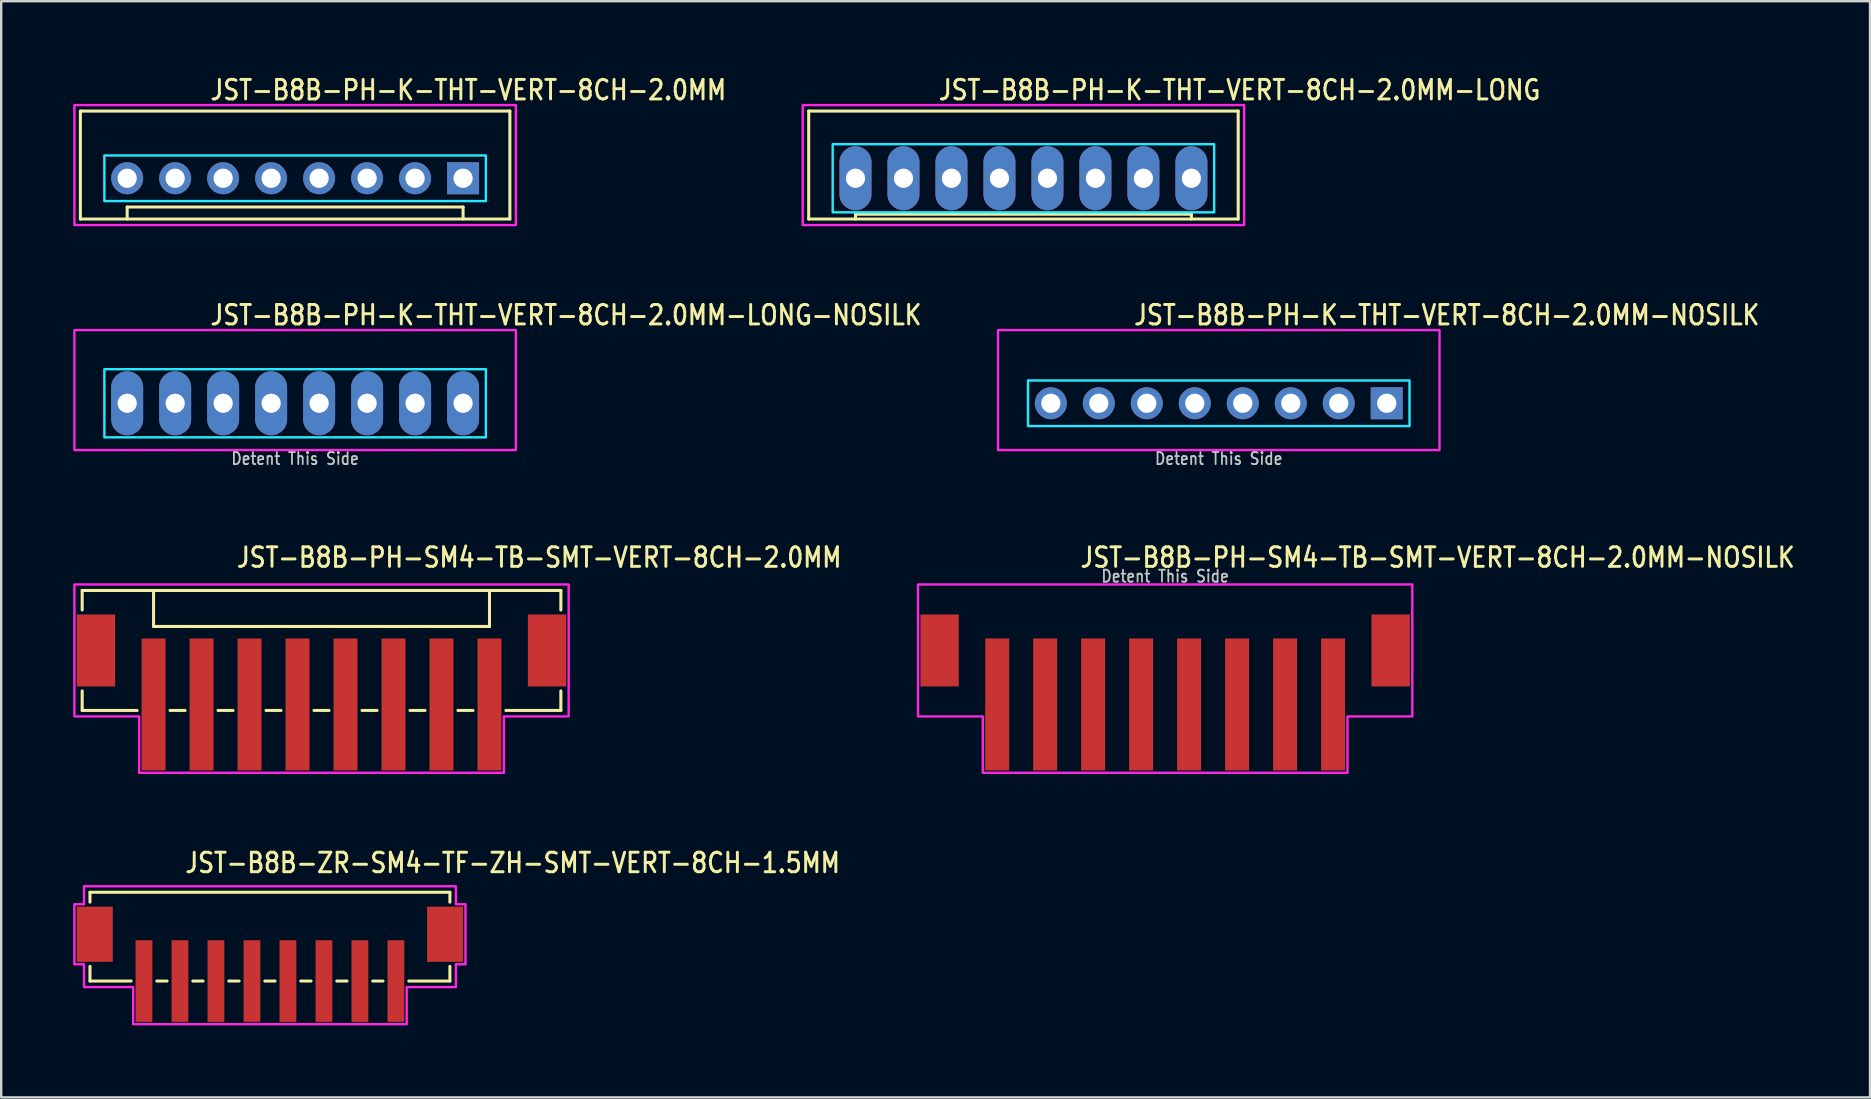
<source format=kicad_pcb>
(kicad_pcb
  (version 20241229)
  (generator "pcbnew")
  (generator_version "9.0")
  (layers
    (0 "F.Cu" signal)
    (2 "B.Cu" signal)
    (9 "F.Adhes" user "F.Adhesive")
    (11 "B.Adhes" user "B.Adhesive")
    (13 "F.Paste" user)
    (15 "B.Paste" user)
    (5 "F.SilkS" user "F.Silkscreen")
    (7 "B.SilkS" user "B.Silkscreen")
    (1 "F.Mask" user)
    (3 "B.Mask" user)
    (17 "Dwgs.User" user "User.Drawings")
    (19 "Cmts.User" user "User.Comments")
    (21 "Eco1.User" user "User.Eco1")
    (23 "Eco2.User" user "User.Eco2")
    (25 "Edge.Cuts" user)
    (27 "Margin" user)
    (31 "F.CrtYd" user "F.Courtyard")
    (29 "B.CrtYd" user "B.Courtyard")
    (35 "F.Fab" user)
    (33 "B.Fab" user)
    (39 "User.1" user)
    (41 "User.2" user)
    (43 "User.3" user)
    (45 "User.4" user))
  (footprint "JST-B8B-ZR-SM4-TF-ZH-SMT-VERT-8CH-1.5MM"
    (layer "F.Cu")
    (at 8.2 35.887)
    (property "Reference" "JST-B8B-ZR-SM4-TF-ZH-SMT-VERT-8CH-1.5MM" (at -3.6 -2.5 0) (unlocked yes) (layer "F.SilkS") (effects (font (size 0.813 0.695) (thickness 0.122)) (justify left bottom)))
    (fp_line (start -7.5 -1.75) (end -7.5 -1.337) (stroke (width 0.127) (type solid)) (layer "F.SilkS"))
    (fp_line (start -7.5 -1.75) (end 7.5 -1.75) (stroke (width 0.127) (type solid)) (layer "F.SilkS"))
    (fp_line (start -7.5 1.95) (end -7.5 1.337) (stroke (width 0.127) (type solid)) (layer "F.SilkS"))
    (fp_line (start -7.5 1.95) (end -5.787 1.95) (stroke (width 0.127) (type solid)) (layer "F.SilkS"))
    (fp_line (start -4.713 1.95) (end -4.287 1.95) (stroke (width 0.127) (type solid)) (layer "F.SilkS"))
    (fp_line (start -3.213 1.95) (end -2.787 1.95) (stroke (width 0.127) (type solid)) (layer "F.SilkS"))
    (fp_line (start -1.714 1.95) (end -1.286 1.95) (stroke (width 0.127) (type solid)) (layer "F.SilkS"))
    (fp_line (start -0.213 1.95) (end 0.213 1.95) (stroke (width 0.127) (type solid)) (layer "F.SilkS"))
    (fp_line (start 1.286 1.95) (end 1.714 1.95) (stroke (width 0.127) (type solid)) (layer "F.SilkS"))
    (fp_line (start 2.787 1.95) (end 3.213 1.95) (stroke (width 0.127) (type solid)) (layer "F.SilkS"))
    (fp_line (start 4.287 1.95) (end 4.713 1.95) (stroke (width 0.127) (type solid)) (layer "F.SilkS"))
    (fp_line (start 5.787 1.95) (end 7.5 1.95) (stroke (width 0.127) (type solid)) (layer "F.SilkS"))
    (fp_line (start 7.5 -1.337) (end 7.5 -1.75) (stroke (width 0.127) (type solid)) (layer "F.SilkS"))
    (fp_line (start 7.5 1.337) (end 7.5 1.95) (stroke (width 0.127) (type solid)) (layer "F.SilkS"))
    (fp_poly (pts (xy -7.75 -2) (xy -7.75 -1.25) (xy -8.15 -1.25) (xy -8.15 1.25) (xy -7.75 1.25) (xy -7.75 2.2) (xy -5.7 2.2) (xy -5.7 3.75) (xy 5.7 3.75) (xy 5.7 2.2) (xy 7.75 2.2) (xy 7.75 1.25) (xy 8.15 1.25) (xy 8.15 -1.25) (xy 7.75 -1.25) (xy 7.75 -2)) (stroke (width 0.1) (type solid)) (fill no) (layer "F.CrtYd"))
    (pad "1" smd rect (at -5.25 1.95) (size 0.7 3.4) (layers "F.Cu" "F.Mask" "F.Paste"))
    (pad "2" smd rect (at -3.75 1.95) (size 0.7 3.4) (layers "F.Cu" "F.Mask" "F.Paste"))
    (pad "3" smd rect (at -2.25 1.95) (size 0.7 3.4) (layers "F.Cu" "F.Mask" "F.Paste"))
    (pad "4" smd rect (at -0.75 1.95) (size 0.7 3.4) (layers "F.Cu" "F.Mask" "F.Paste"))
    (pad "5" smd rect (at 0.75 1.95) (size 0.7 3.4) (layers "F.Cu" "F.Mask" "F.Paste"))
    (pad "6" smd rect (at 2.25 1.95) (size 0.7 3.4) (layers "F.Cu" "F.Mask" "F.Paste"))
    (pad "7" smd rect (at 3.75 1.95) (size 0.7 3.4) (layers "F.Cu" "F.Mask" "F.Paste"))
    (pad "8" smd rect (at 5.25 1.95) (size 0.7 3.4) (layers "F.Cu" "F.Mask" "F.Paste"))
    (pad "S_9" smd rect (at 7.3 0) (size 1.5 2.3) (layers "F.Cu" "F.Mask" "F.Paste"))
    (pad "S_10" smd rect (at -7.3 0) (size 1.5 2.3) (layers "F.Cu" "F.Mask" "F.Paste")))
  (footprint "JST-B8B-PH-K-THT-VERT-8CH-2.0MM-NOSILK"
    (layer "F.Cu")
    (at 47.745 13.757)
    (property "Reference" "JST-B8B-PH-K-THT-VERT-8CH-2.0MM-NOSILK" (at -3.6 -3.2 0) (unlocked yes) (layer "F.SilkS") (effects (font (size 0.813 0.695) (thickness 0.122)) (justify left bottom)))
    (fp_poly (pts (xy -7.95 -0.95) (xy -7.95 0.95) (xy 7.95 0.95) (xy 7.95 -0.95)) (stroke (width 0.1) (type solid)) (fill no) (layer "B.CrtYd"))
    (fp_poly (pts (xy -9.2 1.95) (xy -9.2 -3.05) (xy 9.2 -3.05) (xy 9.2 1.95)) (stroke (width 0.1) (type solid)) (fill no) (layer "F.CrtYd"))
    (fp_text user "Detent This Side" (at 0 2.6 0) (unlocked yes) (layer "Dwgs.User") (effects (font (size 0.5 0.427) (thickness 0.075)) (justify bottom)))
    (pad "P$1" thru_hole rect (at 7 0) (size 1.333 1.333) (drill 0.8) (layers "*.Cu" "*.Mask"))
    (pad "P$2" thru_hole oval (at 5 0) (size 1.333 1.333) (drill 0.8) (layers "*.Cu" "*.Mask"))
    (pad "P$3" thru_hole oval (at 3 0) (size 1.333 1.333) (drill 0.8) (layers "*.Cu" "*.Mask"))
    (pad "P$4" thru_hole oval (at 1 0) (size 1.333 1.333) (drill 0.8) (layers "*.Cu" "*.Mask"))
    (pad "P$5" thru_hole oval (at -1 0) (size 1.333 1.333) (drill 0.8) (layers "*.Cu" "*.Mask"))
    (pad "P$6" thru_hole oval (at -3 0) (size 1.333 1.333) (drill 0.8) (layers "*.Cu" "*.Mask"))
    (pad "P$7" thru_hole oval (at -5 0) (size 1.333 1.333) (drill 0.8) (layers "*.Cu" "*.Mask"))
    (pad "P$8" thru_hole oval (at -7 0) (size 1.333 1.333) (drill 0.8) (layers "*.Cu" "*.Mask")))
  (footprint "JST-B8B-PH-K-THT-VERT-8CH-2.0MM"
    (layer "F.Cu")
    (at 9.25 4.379)
    (property "Reference" "JST-B8B-PH-K-THT-VERT-8CH-2.0MM" (at -3.6 -3.2 0) (unlocked yes) (layer "F.SilkS") (effects (font (size 0.813 0.695) (thickness 0.122)) (justify left bottom)))
    (fp_line (start -8.95 -2.8) (end -8.95 1.7) (stroke (width 0.127) (type solid)) (layer "F.SilkS"))
    (fp_line (start -8.95 -2.8) (end 8.95 -2.8) (stroke (width 0.127) (type solid)) (layer "F.SilkS"))
    (fp_line (start -8.95 1.7) (end 8.95 1.7) (stroke (width 0.127) (type solid)) (layer "F.SilkS"))
    (fp_line (start -7 1.7) (end -7 1.2) (stroke (width 0.127) (type solid)) (layer "F.SilkS"))
    (fp_line (start 7 1.2) (end -7 1.2) (stroke (width 0.127) (type solid)) (layer "F.SilkS"))
    (fp_line (start 7 1.7) (end 7 1.2) (stroke (width 0.127) (type solid)) (layer "F.SilkS"))
    (fp_line (start 8.95 1.7) (end 8.95 -2.8) (stroke (width 0.127) (type solid)) (layer "F.SilkS"))
    (fp_poly (pts (xy -7.95 -0.95) (xy -7.95 0.95) (xy 7.95 0.95) (xy 7.95 -0.95)) (stroke (width 0.1) (type solid)) (fill no) (layer "B.CrtYd"))
    (fp_poly (pts (xy -9.2 1.95) (xy -9.2 -3.05) (xy 9.2 -3.05) (xy 9.2 1.95)) (stroke (width 0.1) (type solid)) (fill no) (layer "F.CrtYd"))
    (pad "P$1" thru_hole rect (at 7 0) (size 1.333 1.333) (drill 0.8) (layers "*.Cu" "*.Mask"))
    (pad "P$2" thru_hole oval (at 5 0) (size 1.333 1.333) (drill 0.8) (layers "*.Cu" "*.Mask"))
    (pad "P$3" thru_hole oval (at 3 0) (size 1.333 1.333) (drill 0.8) (layers "*.Cu" "*.Mask"))
    (pad "P$4" thru_hole oval (at 1 0) (size 1.333 1.333) (drill 0.8) (layers "*.Cu" "*.Mask"))
    (pad "P$5" thru_hole oval (at -1 0) (size 1.333 1.333) (drill 0.8) (layers "*.Cu" "*.Mask"))
    (pad "P$6" thru_hole oval (at -3 0) (size 1.333 1.333) (drill 0.8) (layers "*.Cu" "*.Mask"))
    (pad "P$7" thru_hole oval (at -5 0) (size 1.333 1.333) (drill 0.8) (layers "*.Cu" "*.Mask"))
    (pad "P$8" thru_hole oval (at -7 0) (size 1.333 1.333) (drill 0.8) (layers "*.Cu" "*.Mask")))
  (footprint "JST-B8B-PH-SM4-TB-SMT-VERT-8CH-2.0MM-NOSILK"
    (layer "F.Cu")
    (at 45.51 24.059)
    (property "Reference" "JST-B8B-PH-SM4-TB-SMT-VERT-8CH-2.0MM-NOSILK" (at -3.6 -3.4 0) (unlocked yes) (layer "F.SilkS") (effects (font (size 0.813 0.695) (thickness 0.122)) (justify left bottom)))
    (fp_poly (pts (xy -10.3 -2.75) (xy -10.3 2.75) (xy -7.6 2.75) (xy -7.6 5.1) (xy 7.6 5.1) (xy 7.6 2.75) (xy 10.3 2.75) (xy 10.3 -2.75)) (stroke (width 0.1) (type solid)) (fill no) (layer "F.CrtYd"))
    (fp_text user "Detent This Side" (at 0 -2.8 0) (unlocked yes) (layer "Dwgs.User") (effects (font (size 0.5 0.427) (thickness 0.075)) (justify bottom)))
    (pad "1" smd rect (at -7 2.25) (size 1 5.5) (layers "F.Cu" "F.Mask" "F.Paste"))
    (pad "2" smd rect (at -5 2.25) (size 1 5.5) (layers "F.Cu" "F.Mask" "F.Paste"))
    (pad "3" smd rect (at -3 2.25) (size 1 5.5) (layers "F.Cu" "F.Mask" "F.Paste"))
    (pad "4" smd rect (at -1 2.25) (size 1 5.5) (layers "F.Cu" "F.Mask" "F.Paste"))
    (pad "5" smd rect (at 1 2.25) (size 1 5.5) (layers "F.Cu" "F.Mask" "F.Paste"))
    (pad "6" smd rect (at 3 2.25) (size 1 5.5) (layers "F.Cu" "F.Mask" "F.Paste"))
    (pad "7" smd rect (at 5 2.25) (size 1 5.5) (layers "F.Cu" "F.Mask" "F.Paste"))
    (pad "8" smd rect (at 7 2.25) (size 1 5.5) (layers "F.Cu" "F.Mask" "F.Paste"))
    (pad "S_1" smd rect (at -9.4 0) (size 1.6 3) (layers "F.Cu" "F.Mask" "F.Paste"))
    (pad "S_2" smd rect (at 9.4 0) (size 1.6 3) (layers "F.Cu" "F.Mask" "F.Paste")))
  (footprint "JST-B8B-PH-K-THT-VERT-8CH-2.0MM-LONG"
    (layer "F.Cu")
    (at 39.604 4.379)
    (property "Reference" "JST-B8B-PH-K-THT-VERT-8CH-2.0MM-LONG" (at -3.6 -3.2 0) (unlocked yes) (layer "F.SilkS") (effects (font (size 0.813 0.695) (thickness 0.122)) (justify left bottom)))
    (fp_line (start -8.95 -2.8) (end -8.95 1.7) (stroke (width 0.127) (type solid)) (layer "F.SilkS"))
    (fp_line (start -8.95 -2.8) (end 8.95 -2.8) (stroke (width 0.127) (type solid)) (layer "F.SilkS"))
    (fp_line (start -8.95 1.7) (end 8.95 1.7) (stroke (width 0.127) (type solid)) (layer "F.SilkS"))
    (fp_line (start -7 1.7) (end -7 1.5) (stroke (width 0.127) (type solid)) (layer "F.SilkS"))
    (fp_line (start 7 1.5) (end -7 1.5) (stroke (width 0.127) (type solid)) (layer "F.SilkS"))
    (fp_line (start 7 1.7) (end 7 1.5) (stroke (width 0.127) (type solid)) (layer "F.SilkS"))
    (fp_line (start 8.95 1.7) (end 8.95 -2.8) (stroke (width 0.127) (type solid)) (layer "F.SilkS"))
    (fp_poly (pts (xy -7.95 -1.42) (xy -7.95 1.42) (xy 7.95 1.42) (xy 7.95 -1.42)) (stroke (width 0.1) (type solid)) (fill no) (layer "B.CrtYd"))
    (fp_poly (pts (xy -9.2 1.95) (xy -9.2 -3.05) (xy 9.2 -3.05) (xy 9.2 1.95)) (stroke (width 0.1) (type solid)) (fill no) (layer "F.CrtYd"))
    (pad "1" thru_hole oval (at 7 0 90) (size 2.667 1.333) (drill 0.8) (layers "*.Cu" "*.Mask"))
    (pad "2" thru_hole oval (at 5 0 90) (size 2.667 1.333) (drill 0.8) (layers "*.Cu" "*.Mask"))
    (pad "3" thru_hole oval (at 3 0 90) (size 2.667 1.333) (drill 0.8) (layers "*.Cu" "*.Mask"))
    (pad "4" thru_hole oval (at 1 0 90) (size 2.667 1.333) (drill 0.8) (layers "*.Cu" "*.Mask"))
    (pad "5" thru_hole oval (at -1 0 90) (size 2.667 1.333) (drill 0.8) (layers "*.Cu" "*.Mask"))
    (pad "6" thru_hole oval (at -3 0 90) (size 2.667 1.333) (drill 0.8) (layers "*.Cu" "*.Mask"))
    (pad "7" thru_hole oval (at -5 0 90) (size 2.667 1.333) (drill 0.8) (layers "*.Cu" "*.Mask"))
    (pad "8" thru_hole oval (at -7 0 90) (size 2.667 1.333) (drill 0.8) (layers "*.Cu" "*.Mask")))
  (footprint "JST-B8B-PH-SM4-TB-SMT-VERT-8CH-2.0MM"
    (layer "F.Cu")
    (at 10.35 24.059)
    (property "Reference" "JST-B8B-PH-SM4-TB-SMT-VERT-8CH-2.0MM" (at -3.6 -3.4 0) (unlocked yes) (layer "F.SilkS") (effects (font (size 0.813 0.695) (thickness 0.122)) (justify left bottom)))
    (fp_line (start -9.975 -2.5) (end -9.975 -1.687) (stroke (width 0.127) (type solid)) (layer "F.SilkS"))
    (fp_line (start -9.975 -2.5) (end 9.975 -2.5) (stroke (width 0.127) (type solid)) (layer "F.SilkS"))
    (fp_line (start -9.975 2.5) (end -9.975 1.687) (stroke (width 0.127) (type solid)) (layer "F.SilkS"))
    (fp_line (start -9.975 2.5) (end -7.686 2.5) (stroke (width 0.127) (type solid)) (layer "F.SilkS"))
    (fp_line (start -7 -2.5) (end -7 -1) (stroke (width 0.127) (type solid)) (layer "F.SilkS"))
    (fp_line (start -7 -1) (end 7 -1) (stroke (width 0.127) (type solid)) (layer "F.SilkS"))
    (fp_line (start -6.314 2.5) (end -5.686 2.5) (stroke (width 0.127) (type solid)) (layer "F.SilkS"))
    (fp_line (start -4.314 2.5) (end -3.687 2.5) (stroke (width 0.127) (type solid)) (layer "F.SilkS"))
    (fp_line (start -2.313 2.5) (end -1.687 2.5) (stroke (width 0.127) (type solid)) (layer "F.SilkS"))
    (fp_line (start -0.314 2.5) (end 0.314 2.5) (stroke (width 0.127) (type solid)) (layer "F.SilkS"))
    (fp_line (start 1.687 2.5) (end 2.313 2.5) (stroke (width 0.127) (type solid)) (layer "F.SilkS"))
    (fp_line (start 3.687 2.5) (end 4.314 2.5) (stroke (width 0.127) (type solid)) (layer "F.SilkS"))
    (fp_line (start 5.686 2.5) (end 6.314 2.5) (stroke (width 0.127) (type solid)) (layer "F.SilkS"))
    (fp_line (start 7 -1) (end 7 -2.5) (stroke (width 0.127) (type solid)) (layer "F.SilkS"))
    (fp_line (start 7.686 2.5) (end 9.975 2.5) (stroke (width 0.127) (type solid)) (layer "F.SilkS"))
    (fp_line (start 9.975 -1.687) (end 9.975 -2.5) (stroke (width 0.127) (type solid)) (layer "F.SilkS"))
    (fp_line (start 9.975 1.687) (end 9.975 2.5) (stroke (width 0.127) (type solid)) (layer "F.SilkS"))
    (fp_poly (pts (xy -10.3 -2.75) (xy -10.3 2.75) (xy -7.6 2.75) (xy -7.6 5.1) (xy 7.6 5.1) (xy 7.6 2.75) (xy 10.3 2.75) (xy 10.3 -2.75)) (stroke (width 0.1) (type solid)) (fill no) (layer "F.CrtYd"))
    (pad "1" smd rect (at -7 2.25) (size 1 5.5) (layers "F.Cu" "F.Mask" "F.Paste"))
    (pad "2" smd rect (at -5 2.25) (size 1 5.5) (layers "F.Cu" "F.Mask" "F.Paste"))
    (pad "3" smd rect (at -3 2.25) (size 1 5.5) (layers "F.Cu" "F.Mask" "F.Paste"))
    (pad "4" smd rect (at -1 2.25) (size 1 5.5) (layers "F.Cu" "F.Mask" "F.Paste"))
    (pad "5" smd rect (at 1 2.25) (size 1 5.5) (layers "F.Cu" "F.Mask" "F.Paste"))
    (pad "6" smd rect (at 3 2.25) (size 1 5.5) (layers "F.Cu" "F.Mask" "F.Paste"))
    (pad "7" smd rect (at 5 2.25) (size 1 5.5) (layers "F.Cu" "F.Mask" "F.Paste"))
    (pad "8" smd rect (at 7 2.25) (size 1 5.5) (layers "F.Cu" "F.Mask" "F.Paste"))
    (pad "S_1" smd rect (at -9.4 0) (size 1.6 3) (layers "F.Cu" "F.Mask" "F.Paste"))
    (pad "S_2" smd rect (at 9.4 0) (size 1.6 3) (layers "F.Cu" "F.Mask" "F.Paste")))
  (footprint "JST-B8B-PH-K-THT-VERT-8CH-2.0MM-LONG-NOSILK"
    (layer "F.Cu")
    (at 9.25 13.757)
    (property "Reference" "JST-B8B-PH-K-THT-VERT-8CH-2.0MM-LONG-NOSILK" (at -3.6 -3.2 0) (unlocked yes) (layer "F.SilkS") (effects (font (size 0.813 0.695) (thickness 0.122)) (justify left bottom)))
    (fp_poly (pts (xy -7.95 -1.42) (xy -7.95 1.42) (xy 7.95 1.42) (xy 7.95 -1.42)) (stroke (width 0.1) (type solid)) (fill no) (layer "B.CrtYd"))
    (fp_poly (pts (xy -9.2 1.95) (xy -9.2 -3.05) (xy 9.2 -3.05) (xy 9.2 1.95)) (stroke (width 0.1) (type solid)) (fill no) (layer "F.CrtYd"))
    (fp_text user "Detent This Side" (at 0 2.6 0) (unlocked yes) (layer "Dwgs.User") (effects (font (size 0.5 0.427) (thickness 0.075)) (justify bottom)))
    (pad "1" thru_hole oval (at 7 0 90) (size 2.667 1.333) (drill 0.8) (layers "*.Cu" "*.Mask"))
    (pad "2" thru_hole oval (at 5 0 90) (size 2.667 1.333) (drill 0.8) (layers "*.Cu" "*.Mask"))
    (pad "3" thru_hole oval (at 3 0 90) (size 2.667 1.333) (drill 0.8) (layers "*.Cu" "*.Mask"))
    (pad "4" thru_hole oval (at 1 0 90) (size 2.667 1.333) (drill 0.8) (layers "*.Cu" "*.Mask"))
    (pad "5" thru_hole oval (at -1 0 90) (size 2.667 1.333) (drill 0.8) (layers "*.Cu" "*.Mask"))
    (pad "6" thru_hole oval (at -3 0 90) (size 2.667 1.333) (drill 0.8) (layers "*.Cu" "*.Mask"))
    (pad "7" thru_hole oval (at -5 0 90) (size 2.667 1.333) (drill 0.8) (layers "*.Cu" "*.Mask"))
    (pad "8" thru_hole oval (at -7 0 90) (size 2.667 1.333) (drill 0.8) (layers "*.Cu" "*.Mask")))
  (gr_rect
    (start -3 -3)
    (end 74.887 42.687)
    (stroke (width 0.1) (type default))
    (fill no)
    (layer "Edge.Cuts")))
</source>
